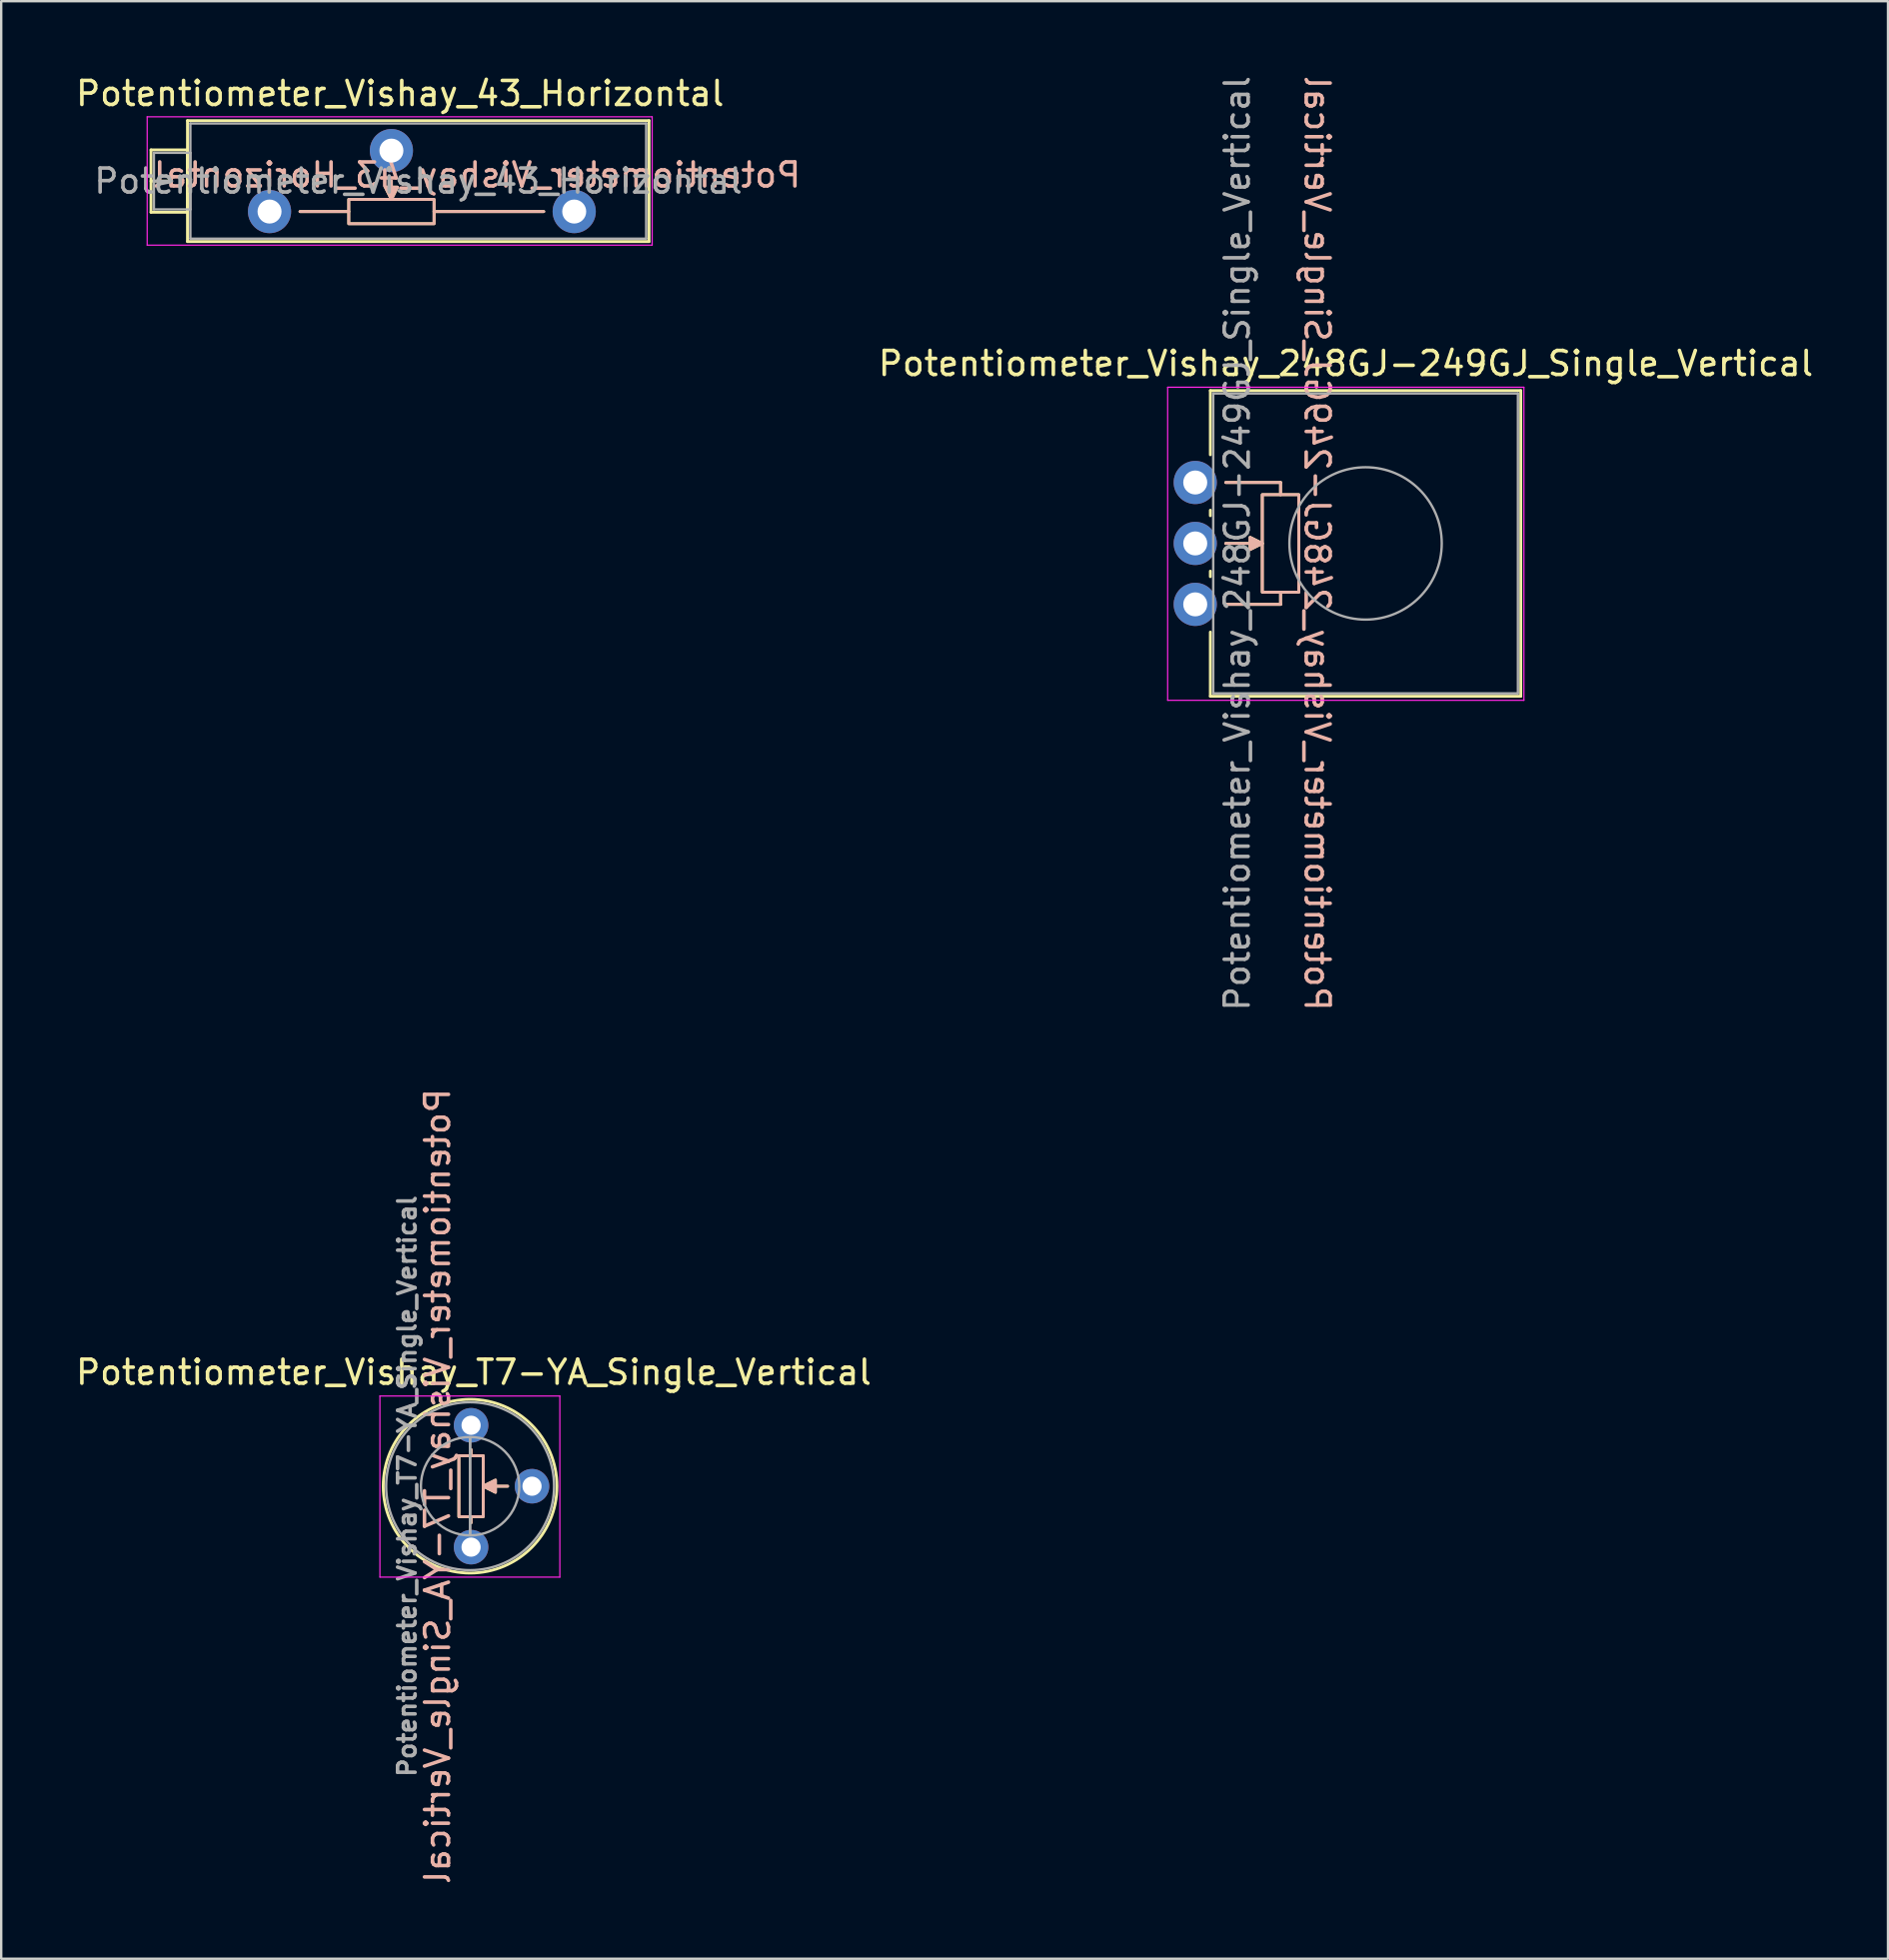
<source format=kicad_pcb>
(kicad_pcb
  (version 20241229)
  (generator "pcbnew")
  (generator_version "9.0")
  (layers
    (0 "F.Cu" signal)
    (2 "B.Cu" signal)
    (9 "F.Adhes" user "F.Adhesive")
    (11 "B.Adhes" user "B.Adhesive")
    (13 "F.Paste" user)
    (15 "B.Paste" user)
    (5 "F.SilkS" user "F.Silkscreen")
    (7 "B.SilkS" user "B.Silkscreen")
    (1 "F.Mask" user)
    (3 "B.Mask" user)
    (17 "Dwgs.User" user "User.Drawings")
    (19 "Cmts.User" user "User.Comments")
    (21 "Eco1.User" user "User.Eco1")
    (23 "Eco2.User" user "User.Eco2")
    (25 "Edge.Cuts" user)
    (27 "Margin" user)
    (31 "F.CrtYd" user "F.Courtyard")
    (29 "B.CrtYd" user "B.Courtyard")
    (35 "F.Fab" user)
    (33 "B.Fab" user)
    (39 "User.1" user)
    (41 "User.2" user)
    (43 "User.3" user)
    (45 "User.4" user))
  (footprint "Potentiometer_Vishay_T7-YA_Single_Vertical"
    (layer "F.Cu")
    (at 16.586 61.439)
    (property "Reference" "Potentiometer_Vishay_T7-YA_Single_Vertical" (at 0.11 -7.29 0) (layer "F.SilkS") (effects (font (size 1 1) (thickness 0.15))))
    (attr through_hole)
    (fp_line (start 0 -3.81) (end 0 -4.064) (stroke (width 0.12) (type solid)) (layer "F.SilkS"))
    (fp_line (start 0 -1.27) (end 0 -1.016) (stroke (width 0.12) (type solid)) (layer "F.SilkS"))
    (fp_line (start 0.508 -2.54) (end 1.524 -2.54) (stroke (width 0.12) (type solid)) (layer "F.SilkS"))
    (fp_rect (start -0.508 -3.81) (end 0.508 -1.27) (stroke (width 0.12) (type solid)) (fill no) (layer "F.SilkS"))
    (fp_circle (center -0.041 -2.54) (end 3.579 -2.54) (stroke (width 0.12) (type solid)) (fill no) (layer "F.SilkS"))
    (fp_poly (pts (xy 1.016 -2.286) (xy 0.508 -2.54) (xy 1.016 -2.794)) (stroke (width 0.12) (type solid)) (fill yes) (layer "F.SilkS"))
    (fp_line (start 0 -4.064) (end 0 -3.81) (stroke (width 0.12) (type solid)) (layer "B.SilkS"))
    (fp_line (start 0 -1.27) (end 0 -1.016) (stroke (width 0.12) (type solid)) (layer "B.SilkS"))
    (fp_line (start 1.524 -2.54) (end 0.508 -2.54) (stroke (width 0.12) (type solid)) (layer "B.SilkS"))
    (fp_rect (start -0.508 -3.81) (end 0.508 -1.27) (stroke (width 0.12) (type solid)) (fill no) (layer "B.SilkS"))
    (fp_poly (pts (xy 1.016 -2.286) (xy 0.508 -2.54) (xy 1.016 -2.794)) (stroke (width 0.12) (type solid)) (fill yes) (layer "B.SilkS"))
    (fp_line (start -3.8 -6.3) (end -3.8 1.25) (stroke (width 0.05) (type solid)) (layer "F.CrtYd"))
    (fp_line (start -3.8 1.25) (end 3.7 1.25) (stroke (width 0.05) (type solid)) (layer "F.CrtYd"))
    (fp_line (start 3.7 -6.3) (end -3.8 -6.3) (stroke (width 0.05) (type solid)) (layer "F.CrtYd"))
    (fp_line (start 3.7 1.25) (end 3.7 -6.3) (stroke (width 0.05) (type solid)) (layer "F.CrtYd"))
    (fp_line (start -0.041 -0.51) (end -0.04 -4.569) (stroke (width 0.1) (type solid)) (layer "F.Fab"))
    (fp_line (start -0.041 -0.51) (end -0.04 -4.569) (stroke (width 0.1) (type solid)) (layer "F.Fab"))
    (fp_circle (center -0.041 -2.54) (end 2.009 -2.54) (stroke (width 0.1) (type solid)) (fill no) (layer "F.Fab"))
    (fp_circle (center -0.04 -2.54) (end 3.46 -2.54) (stroke (width 0.1) (type solid)) (fill no) (layer "F.Fab"))
    (fp_text user "${REFERENCE}" (at -1.397 -2.54 90) (unlocked yes) (layer "B.SilkS") (effects (font (size 1 1) (thickness 0.15)) (justify mirror)))
    (fp_text user "${REFERENCE}" (at -2.664 -2.54 90) (layer "F.Fab") (effects (font (size 0.73 0.73) (thickness 0.15))))
    (pad "1" thru_hole circle (at 0 0) (size 1.44 1.44) (drill 0.8) (layers "*.Cu" "*.Mask"))
    (pad "2" thru_hole circle (at 2.54 -2.54) (size 1.44 1.44) (drill 0.8) (layers "*.Cu" "*.Mask"))
    (pad "3" thru_hole circle (at 0 -5.08) (size 1.44 1.44) (drill 0.8) (layers "*.Cu" "*.Mask")))
  (footprint "Potentiometer_Vishay_248GJ-249GJ_Single_Vertical"
    (layer "F.Cu")
    (at 46.772 22.141)
    (property "Reference" "Potentiometer_Vishay_248GJ-249GJ_Single_Vertical" (at 6.275 -10.04 0) (layer "F.SilkS") (effects (font (size 1 1) (thickness 0.15))))
    (attr through_hole)
    (fp_line (start 0.63 -8.91) (end 0.63 -6.235) (stroke (width 0.12) (type solid)) (layer "F.SilkS"))
    (fp_line (start 0.63 -8.91) (end 13.57 -8.91) (stroke (width 0.12) (type solid)) (layer "F.SilkS"))
    (fp_line (start 0.63 -3.925) (end 0.63 -3.695) (stroke (width 0.12) (type solid)) (layer "F.SilkS"))
    (fp_line (start 0.63 -1.384) (end 0.63 -1.155) (stroke (width 0.12) (type solid)) (layer "F.SilkS"))
    (fp_line (start 0.63 1.155) (end 0.63 3.83) (stroke (width 0.12) (type solid)) (layer "F.SilkS"))
    (fp_line (start 0.63 3.83) (end 13.57 3.83) (stroke (width 0.12) (type solid)) (layer "F.SilkS"))
    (fp_line (start 1.27 -5.08) (end 3.556 -5.08) (stroke (width 0.12) (type solid)) (layer "F.SilkS"))
    (fp_line (start 1.27 0) (end 3.556 0) (stroke (width 0.12) (type solid)) (layer "F.SilkS"))
    (fp_line (start 2.794 -2.54) (end 1.27 -2.54) (stroke (width 0.12) (type solid)) (layer "F.SilkS"))
    (fp_line (start 3.556 -5.08) (end 3.556 -4.572) (stroke (width 0.12) (type solid)) (layer "F.SilkS"))
    (fp_line (start 3.556 0) (end 3.556 -0.508) (stroke (width 0.12) (type solid)) (layer "F.SilkS"))
    (fp_line (start 13.57 -8.91) (end 13.57 3.83) (stroke (width 0.12) (type solid)) (layer "F.SilkS"))
    (fp_rect (start 2.794 -4.572) (end 4.318 -0.508) (stroke (width 0.12) (type solid)) (fill no) (layer "F.SilkS"))
    (fp_poly (pts (xy 2.794 -2.54) (xy 2.286 -2.286) (xy 2.286 -2.794)) (stroke (width 0.12) (type solid)) (fill yes) (layer "F.SilkS"))
    (fp_line (start 1.27 -5.08) (end 3.556 -5.08) (stroke (width 0.12) (type solid)) (layer "B.SilkS"))
    (fp_line (start 1.27 -2.54) (end 2.794 -2.54) (stroke (width 0.12) (type solid)) (layer "B.SilkS"))
    (fp_line (start 1.27 0) (end 3.556 0) (stroke (width 0.12) (type solid)) (layer "B.SilkS"))
    (fp_line (start 3.556 -5.08) (end 3.556 -4.572) (stroke (width 0.12) (type solid)) (layer "B.SilkS"))
    (fp_line (start 3.556 0) (end 3.556 -0.508) (stroke (width 0.12) (type solid)) (layer "B.SilkS"))
    (fp_rect (start 2.794 -4.572) (end 4.318 -0.508) (stroke (width 0.12) (type solid)) (fill no) (layer "B.SilkS"))
    (fp_poly (pts (xy 2.794 -2.54) (xy 2.286 -2.286) (xy 2.286 -2.794)) (stroke (width 0.12) (type solid)) (fill yes) (layer "B.SilkS"))
    (fp_line (start -1.15 -9.05) (end -1.15 4) (stroke (width 0.05) (type solid)) (layer "F.CrtYd"))
    (fp_line (start -1.15 4) (end 13.7 4) (stroke (width 0.05) (type solid)) (layer "F.CrtYd"))
    (fp_line (start 13.7 -9.05) (end -1.15 -9.05) (stroke (width 0.05) (type solid)) (layer "F.CrtYd"))
    (fp_line (start 13.7 4) (end 13.7 -9.05) (stroke (width 0.05) (type solid)) (layer "F.CrtYd"))
    (fp_line (start 0.75 -8.79) (end 0.75 3.71) (stroke (width 0.1) (type solid)) (layer "F.Fab"))
    (fp_line (start 0.75 3.71) (end 13.45 3.71) (stroke (width 0.1) (type solid)) (layer "F.Fab"))
    (fp_line (start 13.45 -8.79) (end 0.75 -8.79) (stroke (width 0.1) (type solid)) (layer "F.Fab"))
    (fp_line (start 13.45 3.71) (end 13.45 -8.79) (stroke (width 0.1) (type solid)) (layer "F.Fab"))
    (fp_circle (center 7.1 -2.54) (end 10.275 -2.54) (stroke (width 0.1) (type solid)) (fill no) (layer "F.Fab"))
    (fp_text user "${REFERENCE}" (at 5.08 -2.54 270) (unlocked yes) (layer "B.SilkS") (effects (font (size 1 1) (thickness 0.15)) (justify mirror)))
    (fp_text user "${REFERENCE}" (at 1.75 -2.54 90) (layer "F.Fab") (effects (font (size 1 1) (thickness 0.15))))
    (pad "1" thru_hole circle (at 0 0) (size 1.8 1.8) (drill 1) (layers "*.Cu" "*.Mask"))
    (pad "2" thru_hole circle (at 0 -2.54) (size 1.8 1.8) (drill 1) (layers "*.Cu" "*.Mask"))
    (pad "3" thru_hole circle (at 0 -5.08) (size 1.8 1.8) (drill 1) (layers "*.Cu" "*.Mask")))
  (footprint "Potentiometer_Vishay_43_Horizontal"
    (layer "F.Cu")
    (at 20.885 5.768)
    (property "Reference" "Potentiometer_Vishay_43_Horizontal" (at -7.26 -4.92 0) (layer "F.SilkS") (effects (font (size 1 1) (thickness 0.15))))
    (attr through_hole)
    (fp_line (start -17.64 -2.57) (end -17.64 0.03) (stroke (width 0.12) (type solid)) (layer "F.SilkS"))
    (fp_line (start -17.64 -2.57) (end -16.121 -2.57) (stroke (width 0.12) (type solid)) (layer "F.SilkS"))
    (fp_line (start -17.64 -1.27) (end -16.881 -1.27) (stroke (width 0.12) (type solid)) (layer "F.SilkS"))
    (fp_line (start -17.64 0.03) (end -16.121 0.03) (stroke (width 0.12) (type solid)) (layer "F.SilkS"))
    (fp_line (start -16.121 -2.57) (end -16.121 0.03) (stroke (width 0.12) (type solid)) (layer "F.SilkS"))
    (fp_line (start -16.12 -3.79) (end -16.12 1.25) (stroke (width 0.12) (type solid)) (layer "F.SilkS"))
    (fp_line (start -16.12 -3.79) (end 3.12 -3.79) (stroke (width 0.12) (type solid)) (layer "F.SilkS"))
    (fp_line (start -16.12 1.25) (end 3.12 1.25) (stroke (width 0.12) (type solid)) (layer "F.SilkS"))
    (fp_line (start -9.398 0) (end -11.43 0) (stroke (width 0.12) (type solid)) (layer "F.SilkS"))
    (fp_line (start -7.62 -1.27) (end -7.62 -0.508) (stroke (width 0.12) (type solid)) (layer "F.SilkS"))
    (fp_line (start -5.842 0) (end -1.27 0) (stroke (width 0.12) (type solid)) (layer "F.SilkS"))
    (fp_line (start 3.12 -3.79) (end 3.12 1.25) (stroke (width 0.12) (type solid)) (layer "F.SilkS"))
    (fp_rect (start -9.398 -0.508) (end -5.842 0.508) (stroke (width 0.12) (type solid)) (fill no) (layer "F.SilkS"))
    (fp_poly (pts (xy -7.62 -0.508) (xy -7.874 -1.016) (xy -7.366 -1.016)) (stroke (width 0.12) (type solid)) (fill yes) (layer "F.SilkS"))
    (fp_line (start -11.43 0) (end -9.398 0) (stroke (width 0.12) (type solid)) (layer "B.SilkS"))
    (fp_line (start -7.62 -1.27) (end -7.62 -0.508) (stroke (width 0.12) (type solid)) (layer "B.SilkS"))
    (fp_line (start -1.27 0) (end -5.842 0) (stroke (width 0.12) (type solid)) (layer "B.SilkS"))
    (fp_rect (start -9.398 -0.508) (end -5.842 0.508) (stroke (width 0.12) (type solid)) (fill no) (layer "B.SilkS"))
    (fp_poly (pts (xy -7.62 -0.508) (xy -7.874 -1.016) (xy -7.366 -1.016)) (stroke (width 0.12) (type solid)) (fill yes) (layer "B.SilkS"))
    (fp_line (start -17.8 -3.95) (end -17.8 1.4) (stroke (width 0.05) (type solid)) (layer "F.CrtYd"))
    (fp_line (start -17.8 1.4) (end 3.25 1.4) (stroke (width 0.05) (type solid)) (layer "F.CrtYd"))
    (fp_line (start 3.25 -3.95) (end -17.8 -3.95) (stroke (width 0.05) (type solid)) (layer "F.CrtYd"))
    (fp_line (start 3.25 1.4) (end 3.25 -3.95) (stroke (width 0.05) (type solid)) (layer "F.CrtYd"))
    (fp_line (start -17.52 -2.45) (end -17.52 -0.09) (stroke (width 0.1) (type solid)) (layer "F.Fab"))
    (fp_line (start -17.52 -1.27) (end -16.76 -1.27) (stroke (width 0.1) (type solid)) (layer "F.Fab"))
    (fp_line (start -17.52 -0.09) (end -16 -0.09) (stroke (width 0.1) (type solid)) (layer "F.Fab"))
    (fp_line (start -16 -3.67) (end -16 1.13) (stroke (width 0.1) (type solid)) (layer "F.Fab"))
    (fp_line (start -16 -2.45) (end -17.52 -2.45) (stroke (width 0.1) (type solid)) (layer "F.Fab"))
    (fp_line (start -16 -0.09) (end -16 -2.45) (stroke (width 0.1) (type solid)) (layer "F.Fab"))
    (fp_line (start -16 1.13) (end 3 1.13) (stroke (width 0.1) (type solid)) (layer "F.Fab"))
    (fp_line (start 3 -3.67) (end -16 -3.67) (stroke (width 0.1) (type solid)) (layer "F.Fab"))
    (fp_line (start 3 1.13) (end 3 -3.67) (stroke (width 0.1) (type solid)) (layer "F.Fab"))
    (fp_text user "${REFERENCE}" (at -4.064 -1.524 0) (unlocked yes) (layer "B.SilkS") (effects (font (size 1 1) (thickness 0.15)) (justify mirror)))
    (fp_text user "${REFERENCE}" (at -6.5 -1.27 0) (layer "F.Fab") (effects (font (size 1 1) (thickness 0.15))))
    (pad "1" thru_hole circle (at 0 0) (size 1.8 1.8) (drill 1) (layers "*.Cu" "*.Mask"))
    (pad "2" thru_hole circle (at -7.62 -2.54) (size 1.8 1.8) (drill 1) (layers "*.Cu" "*.Mask"))
    (pad "3" thru_hole circle (at -12.7 0) (size 1.8 1.8) (drill 1) (layers "*.Cu" "*.Mask")))
  (gr_rect
    (start -3 -3)
    (end 75.648 78.595)
    (stroke (width 0.1) (type default))
    (fill no)
    (layer "Edge.Cuts")))
</source>
